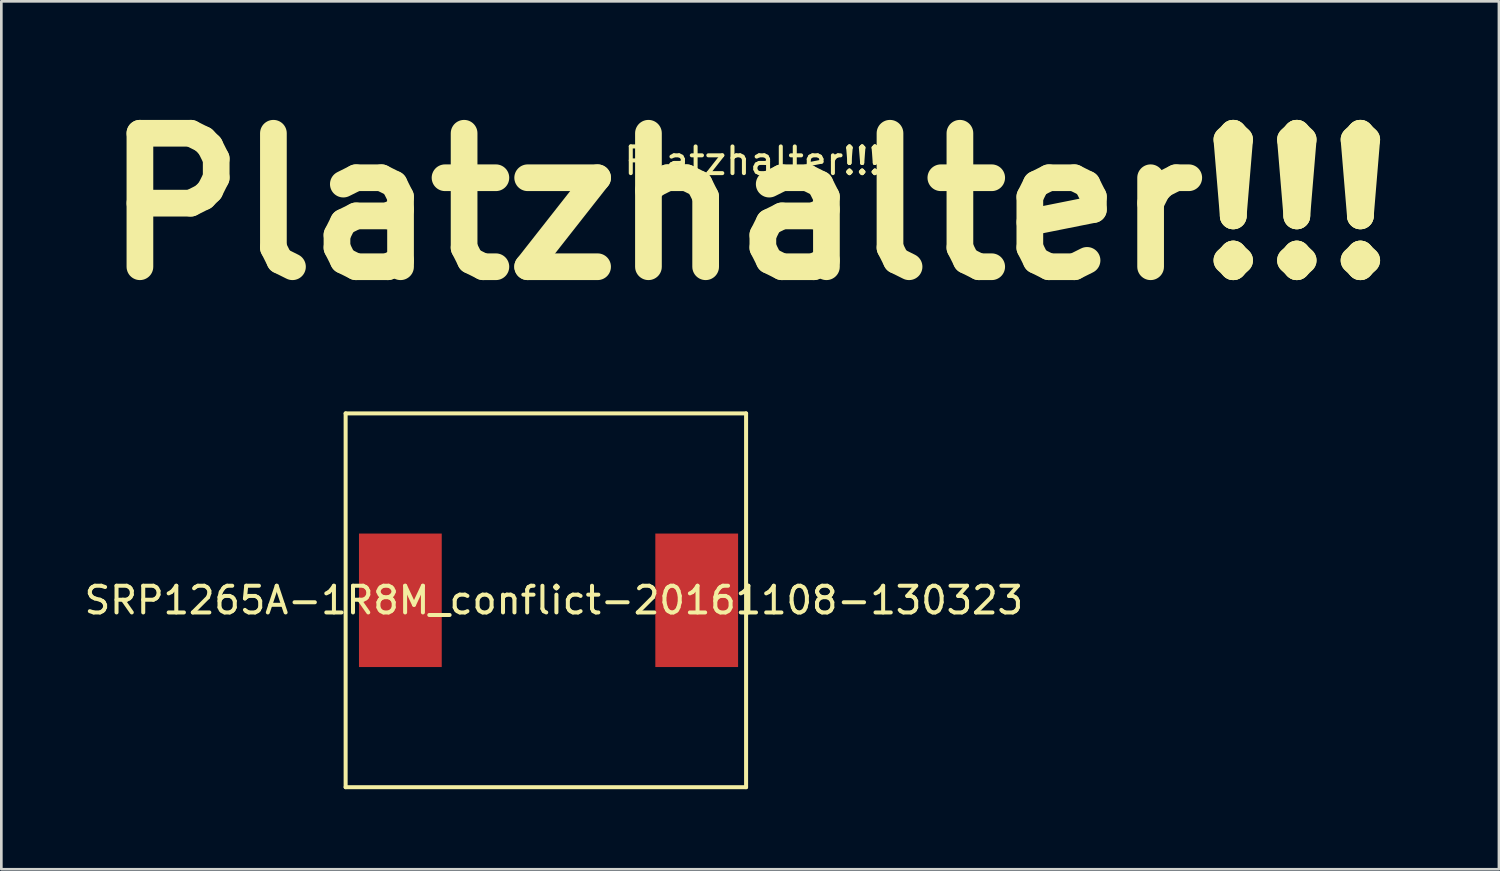
<source format=kicad_pcb>
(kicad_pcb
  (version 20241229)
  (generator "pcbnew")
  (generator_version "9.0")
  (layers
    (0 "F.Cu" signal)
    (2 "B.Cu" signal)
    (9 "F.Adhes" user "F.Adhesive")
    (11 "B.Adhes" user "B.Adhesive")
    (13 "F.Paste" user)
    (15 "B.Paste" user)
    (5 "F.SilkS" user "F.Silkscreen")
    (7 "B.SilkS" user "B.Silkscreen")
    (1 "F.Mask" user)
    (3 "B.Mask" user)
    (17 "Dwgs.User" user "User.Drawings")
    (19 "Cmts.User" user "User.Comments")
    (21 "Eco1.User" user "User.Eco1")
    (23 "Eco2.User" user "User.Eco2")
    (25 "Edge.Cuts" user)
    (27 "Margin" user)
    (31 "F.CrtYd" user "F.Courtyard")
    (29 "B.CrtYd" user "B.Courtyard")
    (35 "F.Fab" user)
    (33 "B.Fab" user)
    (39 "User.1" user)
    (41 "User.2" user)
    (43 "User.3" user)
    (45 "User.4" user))
  (footprint "SRP1265A-1R8M_conflict-20161108-130323"
    (layer "F.Cu")
    (at 17.396 19.435)
    (property "Reference" "SRP1265A-1R8M_conflict-20161108-130323" (at 0.3 0 0) (layer "F.SilkS") (effects (font (size 1 1) (thickness 0.15))))
    (attr through_hole)
    (fp_line (start -7.5 -7) (end 7.5 -7) (stroke (width 0.15) (type solid)) (layer "F.SilkS"))
    (fp_line (start -7.5 7) (end -7.5 -7) (stroke (width 0.15) (type solid)) (layer "F.SilkS"))
    (fp_line (start 7.5 -7) (end 7.5 7) (stroke (width 0.15) (type solid)) (layer "F.SilkS"))
    (fp_line (start 7.5 7) (end -7.5 7) (stroke (width 0.15) (type solid)) (layer "F.SilkS"))
    (pad "1" smd rect (at -5.45 0) (size 3.1 5) (layers "F.Cu" "F.Mask" "F.Paste"))
    (pad "2" smd rect (at 5.65 0) (size 3.1 5) (layers "F.Cu" "F.Mask" "F.Paste")))
  (footprint "Platzhalter!!!"
    (layer "F.Cu")
    (at 25.148 2.48)
    (property "Reference" "Platzhalter!!!" (at 0 0.5 0) (layer "F.SilkS") (effects (font (size 1 1) (thickness 0.15))))
    (attr through_hole)
    (fp_text user "Platzhalter!!!" (at -0.1 2.2 0) (layer "F.SilkS") (effects (font (size 5 5) (thickness 1)))))
  (gr_rect
    (start -3 -3)
    (end 53.095 29.51)
    (stroke (width 0.1) (type default))
    (fill no)
    (layer "Edge.Cuts")))
</source>
